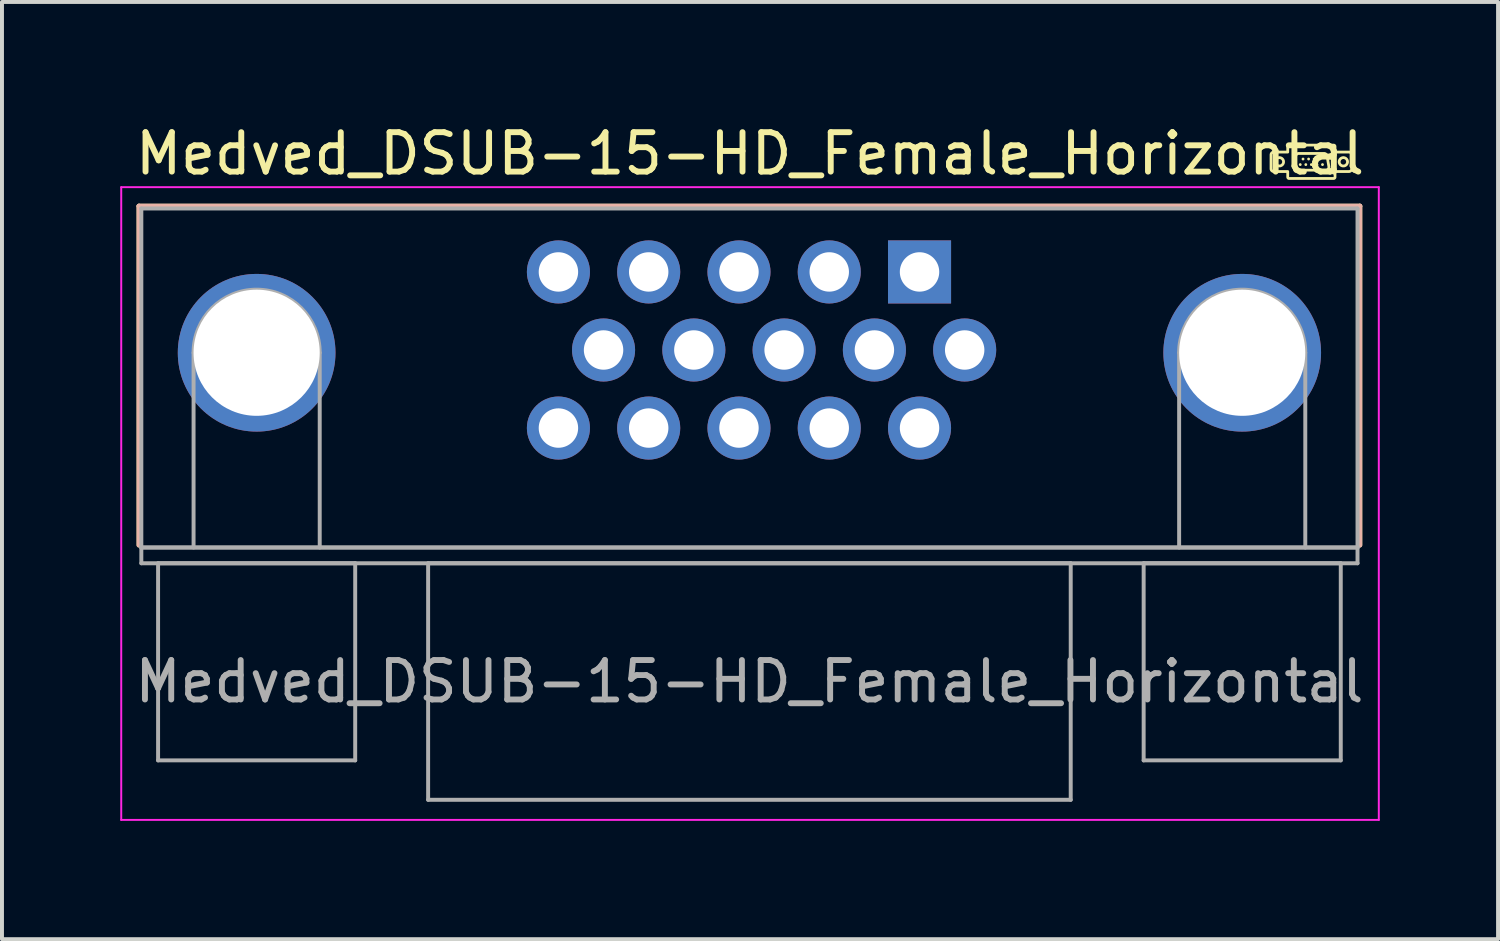
<source format=kicad_pcb>
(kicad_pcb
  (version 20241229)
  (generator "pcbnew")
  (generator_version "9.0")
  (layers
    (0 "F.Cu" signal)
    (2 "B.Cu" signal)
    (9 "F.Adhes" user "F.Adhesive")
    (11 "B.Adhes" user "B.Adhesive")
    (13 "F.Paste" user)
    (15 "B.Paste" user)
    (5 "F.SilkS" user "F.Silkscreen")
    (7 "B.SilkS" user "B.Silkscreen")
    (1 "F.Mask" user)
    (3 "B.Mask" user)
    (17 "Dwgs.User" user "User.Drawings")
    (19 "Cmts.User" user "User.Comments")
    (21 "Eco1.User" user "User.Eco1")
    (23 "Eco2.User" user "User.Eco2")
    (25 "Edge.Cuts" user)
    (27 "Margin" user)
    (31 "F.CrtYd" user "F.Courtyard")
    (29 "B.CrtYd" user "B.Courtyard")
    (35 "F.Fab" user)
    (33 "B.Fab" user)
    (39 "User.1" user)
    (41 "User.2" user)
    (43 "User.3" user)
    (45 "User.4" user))
  (footprint "Medved_DSUB-15-HD_Female_Horizontal"
    (layer "F.Cu")
    (at 20.275 3.848)
    (property "Reference" "Medved_DSUB-15-HD_Female_Horizontal" (at -4.3 -3 0) (layer "F.SilkS") (effects (font (size 1 1) (thickness 0.15))))
    (attr through_hole)
    (fp_line (start -19.8 -1.67) (end 11.17 -1.67) (stroke (width 0.12) (type solid)) (layer "F.SilkS"))
    (fp_line (start -19.8 6.93) (end -19.8 -1.67) (stroke (width 0.12) (type solid)) (layer "F.SilkS"))
    (fp_line (start 11.17 -1.67) (end 11.17 6.93) (stroke (width 0.12) (type solid)) (layer "F.SilkS"))
    (fp_poly (pts (xy 9.655 -2.688) (xy 9.654 -2.688) (xy 9.652 -2.688) (xy 9.65 -2.689) (xy 9.648 -2.689) (xy 9.647 -2.689) (xy 9.645 -2.69) (xy 9.643 -2.691) (xy 9.642 -2.691) (xy 9.64 -2.692) (xy 9.639 -2.693) (xy 9.637 -2.694) (xy 9.636 -2.695) (xy 9.635 -2.696) (xy 9.633 -2.697) (xy 9.632 -2.698) (xy 9.631 -2.699) (xy 9.63 -2.701) (xy 9.629 -2.702) (xy 9.628 -2.703) (xy 9.627 -2.705) (xy 9.626 -2.706) (xy 9.625 -2.708) (xy 9.625 -2.709) (xy 9.624 -2.711) (xy 9.623 -2.713) (xy 9.623 -2.714) (xy 9.623 -2.716) (xy 9.622 -2.718) (xy 9.622 -2.72) (xy 9.622 -2.721) (xy 9.622 -2.723) (xy 9.622 -2.725) (xy 9.622 -2.727) (xy 9.622 -2.729) (xy 9.623 -2.73) (xy 9.623 -2.732) (xy 9.623 -2.734) (xy 9.624 -2.735) (xy 9.625 -2.737) (xy 9.625 -2.738) (xy 9.626 -2.74) (xy 9.627 -2.741) (xy 9.628 -2.743) (xy 9.629 -2.744) (xy 9.63 -2.746) (xy 9.631 -2.747) (xy 9.632 -2.748) (xy 9.633 -2.749) (xy 9.635 -2.75) (xy 9.636 -2.751) (xy 9.637 -2.752) (xy 9.639 -2.753) (xy 9.64 -2.754) (xy 9.642 -2.755) (xy 9.643 -2.756) (xy 9.645 -2.756) (xy 9.647 -2.757) (xy 9.648 -2.757) (xy 9.65 -2.758) (xy 9.652 -2.758) (xy 9.654 -2.758) (xy 9.655 -2.758) (xy 9.657 -2.758) (xy 9.659 -2.758) (xy 9.661 -2.758) (xy 9.663 -2.758) (xy 9.664 -2.758) (xy 9.666 -2.757) (xy 9.668 -2.757) (xy 9.669 -2.756) (xy 9.671 -2.756) (xy 9.672 -2.755) (xy 9.674 -2.754) (xy 9.675 -2.753) (xy 9.677 -2.752) (xy 9.678 -2.751) (xy 9.68 -2.75) (xy 9.681 -2.749) (xy 9.682 -2.748) (xy 9.683 -2.747) (xy 9.684 -2.746) (xy 9.685 -2.744) (xy 9.686 -2.743) (xy 9.687 -2.741) (xy 9.688 -2.74) (xy 9.689 -2.738) (xy 9.69 -2.737) (xy 9.69 -2.735) (xy 9.691 -2.734) (xy 9.691 -2.732) (xy 9.692 -2.73) (xy 9.692 -2.729) (xy 9.692 -2.727) (xy 9.692 -2.725) (xy 9.692 -2.723) (xy 9.692 -2.721) (xy 9.692 -2.72) (xy 9.692 -2.718) (xy 9.692 -2.716) (xy 9.691 -2.714) (xy 9.691 -2.713) (xy 9.69 -2.711) (xy 9.69 -2.709) (xy 9.689 -2.708) (xy 9.688 -2.706) (xy 9.687 -2.705) (xy 9.686 -2.703) (xy 9.685 -2.702) (xy 9.684 -2.701) (xy 9.683 -2.699) (xy 9.682 -2.698) (xy 9.681 -2.697) (xy 9.68 -2.696) (xy 9.678 -2.695) (xy 9.677 -2.694) (xy 9.675 -2.693) (xy 9.674 -2.692) (xy 9.672 -2.691) (xy 9.671 -2.691) (xy 9.669 -2.69) (xy 9.668 -2.689) (xy 9.666 -2.689) (xy 9.664 -2.689) (xy 9.663 -2.688) (xy 9.661 -2.688) (xy 9.659 -2.688) (xy 9.657 -2.688)) (stroke (width -0.000001) (type solid)) (fill yes) (layer "F.SilkS"))
    (fp_poly (pts (xy 9.726 -2.829) (xy 9.724 -2.829) (xy 9.722 -2.829) (xy 9.721 -2.83) (xy 9.719 -2.83) (xy 9.717 -2.831) (xy 9.716 -2.831) (xy 9.714 -2.832) (xy 9.712 -2.832) (xy 9.711 -2.833) (xy 9.709 -2.834) (xy 9.708 -2.835) (xy 9.707 -2.836) (xy 9.705 -2.837) (xy 9.704 -2.838) (xy 9.703 -2.839) (xy 9.702 -2.841) (xy 9.7 -2.842) (xy 9.699 -2.843) (xy 9.698 -2.845) (xy 9.698 -2.846) (xy 9.697 -2.847) (xy 9.696 -2.849) (xy 9.695 -2.851) (xy 9.695 -2.852) (xy 9.694 -2.854) (xy 9.694 -2.855) (xy 9.693 -2.857) (xy 9.693 -2.859) (xy 9.693 -2.861) (xy 9.692 -2.862) (xy 9.692 -2.864) (xy 9.692 -2.866) (xy 9.693 -2.868) (xy 9.693 -2.87) (xy 9.693 -2.871) (xy 9.694 -2.873) (xy 9.694 -2.875) (xy 9.695 -2.876) (xy 9.695 -2.878) (xy 9.696 -2.88) (xy 9.697 -2.881) (xy 9.698 -2.883) (xy 9.698 -2.884) (xy 9.699 -2.885) (xy 9.7 -2.887) (xy 9.702 -2.888) (xy 9.703 -2.889) (xy 9.704 -2.89) (xy 9.705 -2.891) (xy 9.707 -2.893) (xy 9.708 -2.894) (xy 9.709 -2.894) (xy 9.711 -2.895) (xy 9.712 -2.896) (xy 9.714 -2.897) (xy 9.716 -2.897) (xy 9.717 -2.898) (xy 9.719 -2.898) (xy 9.721 -2.899) (xy 9.722 -2.899) (xy 9.724 -2.899) (xy 9.726 -2.899) (xy 9.728 -2.9) (xy 9.73 -2.899) (xy 9.731 -2.899) (xy 9.733 -2.899) (xy 9.735 -2.899) (xy 9.737 -2.898) (xy 9.738 -2.898) (xy 9.74 -2.897) (xy 9.741 -2.897) (xy 9.743 -2.896) (xy 9.745 -2.895) (xy 9.746 -2.894) (xy 9.747 -2.894) (xy 9.749 -2.893) (xy 9.75 -2.891) (xy 9.751 -2.89) (xy 9.753 -2.889) (xy 9.754 -2.888) (xy 9.755 -2.887) (xy 9.756 -2.885) (xy 9.757 -2.884) (xy 9.758 -2.883) (xy 9.759 -2.881) (xy 9.759 -2.88) (xy 9.76 -2.878) (xy 9.761 -2.876) (xy 9.761 -2.875) (xy 9.762 -2.873) (xy 9.762 -2.871) (xy 9.763 -2.87) (xy 9.763 -2.868) (xy 9.763 -2.866) (xy 9.763 -2.864) (xy 9.763 -2.862) (xy 9.763 -2.861) (xy 9.763 -2.859) (xy 9.762 -2.857) (xy 9.762 -2.855) (xy 9.761 -2.854) (xy 9.761 -2.852) (xy 9.76 -2.851) (xy 9.759 -2.849) (xy 9.759 -2.847) (xy 9.758 -2.846) (xy 9.757 -2.845) (xy 9.756 -2.843) (xy 9.755 -2.842) (xy 9.754 -2.841) (xy 9.753 -2.839) (xy 9.751 -2.838) (xy 9.75 -2.837) (xy 9.749 -2.836) (xy 9.747 -2.835) (xy 9.746 -2.834) (xy 9.745 -2.833) (xy 9.743 -2.832) (xy 9.741 -2.832) (xy 9.74 -2.831) (xy 9.738 -2.831) (xy 9.737 -2.83) (xy 9.735 -2.83) (xy 9.733 -2.829) (xy 9.731 -2.829) (xy 9.73 -2.829) (xy 9.728 -2.829)) (stroke (width -0.000001) (type solid)) (fill yes) (layer "F.SilkS"))
    (fp_poly (pts (xy 9.796 -2.688) (xy 9.795 -2.688) (xy 9.793 -2.688) (xy 9.791 -2.689) (xy 9.789 -2.689) (xy 9.788 -2.689) (xy 9.786 -2.69) (xy 9.785 -2.691) (xy 9.783 -2.691) (xy 9.781 -2.692) (xy 9.78 -2.693) (xy 9.779 -2.694) (xy 9.777 -2.695) (xy 9.776 -2.696) (xy 9.775 -2.697) (xy 9.773 -2.698) (xy 9.772 -2.699) (xy 9.771 -2.701) (xy 9.77 -2.702) (xy 9.769 -2.703) (xy 9.768 -2.705) (xy 9.767 -2.706) (xy 9.766 -2.708) (xy 9.766 -2.709) (xy 9.765 -2.711) (xy 9.765 -2.713) (xy 9.764 -2.714) (xy 9.764 -2.716) (xy 9.763 -2.718) (xy 9.763 -2.72) (xy 9.763 -2.721) (xy 9.763 -2.723) (xy 9.763 -2.725) (xy 9.763 -2.727) (xy 9.763 -2.729) (xy 9.764 -2.73) (xy 9.764 -2.732) (xy 9.765 -2.734) (xy 9.765 -2.735) (xy 9.766 -2.737) (xy 9.766 -2.738) (xy 9.767 -2.74) (xy 9.768 -2.741) (xy 9.769 -2.743) (xy 9.77 -2.744) (xy 9.771 -2.746) (xy 9.772 -2.747) (xy 9.773 -2.748) (xy 9.775 -2.749) (xy 9.776 -2.75) (xy 9.777 -2.751) (xy 9.779 -2.752) (xy 9.78 -2.753) (xy 9.781 -2.754) (xy 9.783 -2.755) (xy 9.785 -2.756) (xy 9.786 -2.756) (xy 9.788 -2.757) (xy 9.789 -2.757) (xy 9.791 -2.758) (xy 9.793 -2.758) (xy 9.795 -2.758) (xy 9.796 -2.758) (xy 9.798 -2.758) (xy 9.8 -2.758) (xy 9.802 -2.758) (xy 9.804 -2.758) (xy 9.805 -2.758) (xy 9.807 -2.757) (xy 9.809 -2.757) (xy 9.81 -2.756) (xy 9.812 -2.756) (xy 9.814 -2.755) (xy 9.815 -2.754) (xy 9.817 -2.753) (xy 9.818 -2.752) (xy 9.819 -2.751) (xy 9.821 -2.75) (xy 9.822 -2.749) (xy 9.823 -2.748) (xy 9.824 -2.747) (xy 9.825 -2.746) (xy 9.827 -2.744) (xy 9.828 -2.743) (xy 9.828 -2.741) (xy 9.829 -2.74) (xy 9.83 -2.738) (xy 9.831 -2.737) (xy 9.831 -2.735) (xy 9.832 -2.734) (xy 9.832 -2.732) (xy 9.833 -2.73) (xy 9.833 -2.729) (xy 9.833 -2.727) (xy 9.833 -2.725) (xy 9.834 -2.723) (xy 9.833 -2.721) (xy 9.833 -2.72) (xy 9.833 -2.718) (xy 9.833 -2.716) (xy 9.832 -2.714) (xy 9.832 -2.713) (xy 9.831 -2.711) (xy 9.831 -2.709) (xy 9.83 -2.708) (xy 9.829 -2.706) (xy 9.828 -2.705) (xy 9.828 -2.703) (xy 9.827 -2.702) (xy 9.825 -2.701) (xy 9.824 -2.699) (xy 9.823 -2.698) (xy 9.822 -2.697) (xy 9.821 -2.696) (xy 9.819 -2.695) (xy 9.818 -2.694) (xy 9.817 -2.693) (xy 9.815 -2.692) (xy 9.814 -2.691) (xy 9.812 -2.691) (xy 9.81 -2.69) (xy 9.809 -2.689) (xy 9.807 -2.689) (xy 9.805 -2.689) (xy 9.804 -2.688) (xy 9.802 -2.688) (xy 9.8 -2.688) (xy 9.798 -2.688)) (stroke (width -0.000001) (type solid)) (fill yes) (layer "F.SilkS"))
    (fp_poly (pts (xy 9.867 -2.829) (xy 9.865 -2.829) (xy 9.863 -2.829) (xy 9.862 -2.83) (xy 9.86 -2.83) (xy 9.858 -2.831) (xy 9.857 -2.831) (xy 9.855 -2.832) (xy 9.854 -2.832) (xy 9.852 -2.833) (xy 9.851 -2.834) (xy 9.849 -2.835) (xy 9.848 -2.836) (xy 9.846 -2.837) (xy 9.845 -2.838) (xy 9.844 -2.839) (xy 9.843 -2.841) (xy 9.842 -2.842) (xy 9.841 -2.843) (xy 9.84 -2.845) (xy 9.839 -2.846) (xy 9.838 -2.847) (xy 9.837 -2.849) (xy 9.836 -2.851) (xy 9.836 -2.852) (xy 9.835 -2.854) (xy 9.835 -2.855) (xy 9.834 -2.857) (xy 9.834 -2.859) (xy 9.834 -2.861) (xy 9.834 -2.862) (xy 9.834 -2.864) (xy 9.834 -2.866) (xy 9.834 -2.868) (xy 9.834 -2.87) (xy 9.834 -2.871) (xy 9.835 -2.873) (xy 9.835 -2.875) (xy 9.836 -2.876) (xy 9.836 -2.878) (xy 9.837 -2.88) (xy 9.838 -2.881) (xy 9.839 -2.883) (xy 9.84 -2.884) (xy 9.841 -2.885) (xy 9.842 -2.887) (xy 9.843 -2.888) (xy 9.844 -2.889) (xy 9.845 -2.89) (xy 9.846 -2.891) (xy 9.848 -2.893) (xy 9.849 -2.894) (xy 9.851 -2.894) (xy 9.852 -2.895) (xy 9.854 -2.896) (xy 9.855 -2.897) (xy 9.857 -2.897) (xy 9.858 -2.898) (xy 9.86 -2.898) (xy 9.862 -2.899) (xy 9.863 -2.899) (xy 9.865 -2.899) (xy 9.867 -2.899) (xy 9.869 -2.9) (xy 9.871 -2.899) (xy 9.872 -2.899) (xy 9.874 -2.899) (xy 9.876 -2.899) (xy 9.878 -2.898) (xy 9.879 -2.898) (xy 9.881 -2.897) (xy 9.883 -2.897) (xy 9.884 -2.896) (xy 9.886 -2.895) (xy 9.887 -2.894) (xy 9.889 -2.894) (xy 9.89 -2.893) (xy 9.891 -2.891) (xy 9.893 -2.89) (xy 9.894 -2.889) (xy 9.895 -2.888) (xy 9.896 -2.887) (xy 9.897 -2.885) (xy 9.898 -2.884) (xy 9.899 -2.883) (xy 9.9 -2.881) (xy 9.901 -2.88) (xy 9.901 -2.878) (xy 9.902 -2.876) (xy 9.902 -2.875) (xy 9.903 -2.873) (xy 9.903 -2.871) (xy 9.904 -2.87) (xy 9.904 -2.868) (xy 9.904 -2.866) (xy 9.904 -2.864) (xy 9.904 -2.862) (xy 9.904 -2.861) (xy 9.904 -2.859) (xy 9.903 -2.857) (xy 9.903 -2.855) (xy 9.902 -2.854) (xy 9.902 -2.852) (xy 9.901 -2.851) (xy 9.901 -2.849) (xy 9.9 -2.847) (xy 9.899 -2.846) (xy 9.898 -2.845) (xy 9.897 -2.843) (xy 9.896 -2.842) (xy 9.895 -2.841) (xy 9.894 -2.839) (xy 9.893 -2.838) (xy 9.891 -2.837) (xy 9.89 -2.836) (xy 9.889 -2.835) (xy 9.887 -2.834) (xy 9.886 -2.833) (xy 9.884 -2.832) (xy 9.883 -2.832) (xy 9.881 -2.831) (xy 9.879 -2.831) (xy 9.878 -2.83) (xy 9.876 -2.83) (xy 9.874 -2.829) (xy 9.872 -2.829) (xy 9.871 -2.829) (xy 9.869 -2.829)) (stroke (width -0.000001) (type solid)) (fill yes) (layer "F.SilkS"))
    (fp_poly (pts (xy 9.938 -2.688) (xy 9.936 -2.688) (xy 9.934 -2.688) (xy 9.932 -2.689) (xy 9.931 -2.689) (xy 9.929 -2.689) (xy 9.927 -2.69) (xy 9.926 -2.691) (xy 9.924 -2.691) (xy 9.923 -2.692) (xy 9.921 -2.693) (xy 9.92 -2.694) (xy 9.918 -2.695) (xy 9.917 -2.696) (xy 9.916 -2.697) (xy 9.914 -2.698) (xy 9.913 -2.699) (xy 9.912 -2.701) (xy 9.911 -2.702) (xy 9.91 -2.703) (xy 9.909 -2.705) (xy 9.908 -2.706) (xy 9.908 -2.708) (xy 9.907 -2.709) (xy 9.906 -2.711) (xy 9.906 -2.713) (xy 9.905 -2.714) (xy 9.905 -2.716) (xy 9.904 -2.718) (xy 9.904 -2.72) (xy 9.904 -2.721) (xy 9.904 -2.723) (xy 9.904 -2.725) (xy 9.904 -2.727) (xy 9.904 -2.729) (xy 9.905 -2.73) (xy 9.905 -2.732) (xy 9.906 -2.734) (xy 9.906 -2.735) (xy 9.907 -2.737) (xy 9.908 -2.738) (xy 9.908 -2.74) (xy 9.909 -2.741) (xy 9.91 -2.743) (xy 9.911 -2.744) (xy 9.912 -2.746) (xy 9.913 -2.747) (xy 9.914 -2.748) (xy 9.916 -2.749) (xy 9.917 -2.75) (xy 9.918 -2.751) (xy 9.92 -2.752) (xy 9.921 -2.753) (xy 9.923 -2.754) (xy 9.924 -2.755) (xy 9.926 -2.756) (xy 9.927 -2.756) (xy 9.929 -2.757) (xy 9.931 -2.757) (xy 9.932 -2.758) (xy 9.934 -2.758) (xy 9.936 -2.758) (xy 9.938 -2.758) (xy 9.939 -2.758) (xy 9.941 -2.758) (xy 9.943 -2.758) (xy 9.945 -2.758) (xy 9.946 -2.758) (xy 9.948 -2.757) (xy 9.95 -2.757) (xy 9.952 -2.756) (xy 9.953 -2.756) (xy 9.955 -2.755) (xy 9.956 -2.754) (xy 9.958 -2.753) (xy 9.959 -2.752) (xy 9.96 -2.751) (xy 9.962 -2.75) (xy 9.963 -2.749) (xy 9.964 -2.748) (xy 9.965 -2.747) (xy 9.967 -2.746) (xy 9.968 -2.744) (xy 9.969 -2.743) (xy 9.97 -2.741) (xy 9.97 -2.74) (xy 9.971 -2.738) (xy 9.972 -2.737) (xy 9.973 -2.735) (xy 9.973 -2.734) (xy 9.974 -2.732) (xy 9.974 -2.73) (xy 9.974 -2.729) (xy 9.974 -2.727) (xy 9.975 -2.725) (xy 9.975 -2.723) (xy 9.975 -2.721) (xy 9.974 -2.72) (xy 9.974 -2.718) (xy 9.974 -2.716) (xy 9.974 -2.714) (xy 9.973 -2.713) (xy 9.973 -2.711) (xy 9.972 -2.709) (xy 9.971 -2.708) (xy 9.97 -2.706) (xy 9.97 -2.705) (xy 9.969 -2.703) (xy 9.968 -2.702) (xy 9.967 -2.701) (xy 9.965 -2.699) (xy 9.964 -2.698) (xy 9.963 -2.697) (xy 9.962 -2.696) (xy 9.96 -2.695) (xy 9.959 -2.694) (xy 9.958 -2.693) (xy 9.956 -2.692) (xy 9.955 -2.691) (xy 9.953 -2.691) (xy 9.952 -2.69) (xy 9.95 -2.689) (xy 9.948 -2.689) (xy 9.946 -2.689) (xy 9.945 -2.688) (xy 9.943 -2.688) (xy 9.941 -2.688) (xy 9.939 -2.688)) (stroke (width -0.000001) (type solid)) (fill yes) (layer "F.SilkS"))
    (fp_poly (pts (xy 10.008 -2.829) (xy 10.006 -2.829) (xy 10.005 -2.829) (xy 10.003 -2.83) (xy 10.001 -2.83) (xy 9.999 -2.831) (xy 9.998 -2.831) (xy 9.996 -2.832) (xy 9.995 -2.832) (xy 9.993 -2.833) (xy 9.992 -2.834) (xy 9.99 -2.835) (xy 9.989 -2.836) (xy 9.987 -2.837) (xy 9.986 -2.838) (xy 9.985 -2.839) (xy 9.984 -2.841) (xy 9.983 -2.842) (xy 9.982 -2.843) (xy 9.981 -2.845) (xy 9.98 -2.846) (xy 9.979 -2.847) (xy 9.978 -2.849) (xy 9.977 -2.851) (xy 9.977 -2.852) (xy 9.976 -2.854) (xy 9.976 -2.855) (xy 9.975 -2.857) (xy 9.975 -2.859) (xy 9.975 -2.861) (xy 9.975 -2.862) (xy 9.975 -2.864) (xy 9.975 -2.866) (xy 9.975 -2.868) (xy 9.975 -2.87) (xy 9.975 -2.871) (xy 9.976 -2.873) (xy 9.976 -2.875) (xy 9.977 -2.876) (xy 9.977 -2.878) (xy 9.978 -2.88) (xy 9.979 -2.881) (xy 9.98 -2.883) (xy 9.981 -2.884) (xy 9.982 -2.885) (xy 9.983 -2.887) (xy 9.984 -2.888) (xy 9.985 -2.889) (xy 9.986 -2.89) (xy 9.987 -2.891) (xy 9.989 -2.893) (xy 9.99 -2.894) (xy 9.992 -2.894) (xy 9.993 -2.895) (xy 9.995 -2.896) (xy 9.996 -2.897) (xy 9.998 -2.897) (xy 9.999 -2.898) (xy 10.001 -2.898) (xy 10.003 -2.899) (xy 10.005 -2.899) (xy 10.006 -2.899) (xy 10.008 -2.899) (xy 10.01 -2.9) (xy 10.012 -2.899) (xy 10.014 -2.899) (xy 10.015 -2.899) (xy 10.017 -2.899) (xy 10.019 -2.898) (xy 10.02 -2.898) (xy 10.022 -2.897) (xy 10.024 -2.897) (xy 10.025 -2.896) (xy 10.027 -2.895) (xy 10.028 -2.894) (xy 10.03 -2.894) (xy 10.031 -2.893) (xy 10.032 -2.891) (xy 10.034 -2.89) (xy 10.035 -2.889) (xy 10.036 -2.888) (xy 10.037 -2.887) (xy 10.038 -2.885) (xy 10.039 -2.884) (xy 10.04 -2.883) (xy 10.041 -2.881) (xy 10.042 -2.88) (xy 10.042 -2.878) (xy 10.043 -2.876) (xy 10.044 -2.875) (xy 10.044 -2.873) (xy 10.044 -2.871) (xy 10.045 -2.87) (xy 10.045 -2.868) (xy 10.045 -2.866) (xy 10.045 -2.864) (xy 10.045 -2.862) (xy 10.045 -2.861) (xy 10.045 -2.859) (xy 10.044 -2.857) (xy 10.044 -2.855) (xy 10.044 -2.854) (xy 10.043 -2.852) (xy 10.042 -2.851) (xy 10.042 -2.849) (xy 10.041 -2.847) (xy 10.04 -2.846) (xy 10.039 -2.845) (xy 10.038 -2.843) (xy 10.037 -2.842) (xy 10.036 -2.841) (xy 10.035 -2.839) (xy 10.034 -2.838) (xy 10.032 -2.837) (xy 10.031 -2.836) (xy 10.03 -2.835) (xy 10.028 -2.834) (xy 10.027 -2.833) (xy 10.025 -2.832) (xy 10.024 -2.832) (xy 10.022 -2.831) (xy 10.02 -2.831) (xy 10.019 -2.83) (xy 10.017 -2.83) (xy 10.015 -2.829) (xy 10.014 -2.829) (xy 10.012 -2.829) (xy 10.01 -2.829)) (stroke (width -0.000001) (type solid)) (fill yes) (layer "F.SilkS"))
    (fp_poly (pts (xy 10.079 -2.688) (xy 10.077 -2.688) (xy 10.075 -2.688) (xy 10.073 -2.689) (xy 10.072 -2.689) (xy 10.07 -2.689) (xy 10.068 -2.69) (xy 10.067 -2.691) (xy 10.065 -2.691) (xy 10.064 -2.692) (xy 10.062 -2.693) (xy 10.061 -2.694) (xy 10.059 -2.695) (xy 10.058 -2.696) (xy 10.057 -2.697) (xy 10.056 -2.698) (xy 10.054 -2.699) (xy 10.053 -2.701) (xy 10.052 -2.702) (xy 10.051 -2.703) (xy 10.05 -2.705) (xy 10.049 -2.706) (xy 10.049 -2.708) (xy 10.048 -2.709) (xy 10.047 -2.711) (xy 10.047 -2.713) (xy 10.046 -2.714) (xy 10.046 -2.716) (xy 10.046 -2.718) (xy 10.045 -2.72) (xy 10.045 -2.721) (xy 10.045 -2.723) (xy 10.045 -2.725) (xy 10.045 -2.727) (xy 10.046 -2.729) (xy 10.046 -2.73) (xy 10.046 -2.732) (xy 10.047 -2.734) (xy 10.047 -2.735) (xy 10.048 -2.737) (xy 10.049 -2.738) (xy 10.049 -2.74) (xy 10.05 -2.741) (xy 10.051 -2.743) (xy 10.052 -2.744) (xy 10.053 -2.746) (xy 10.054 -2.747) (xy 10.056 -2.748) (xy 10.057 -2.749) (xy 10.058 -2.75) (xy 10.059 -2.751) (xy 10.061 -2.752) (xy 10.062 -2.753) (xy 10.064 -2.754) (xy 10.065 -2.755) (xy 10.067 -2.756) (xy 10.068 -2.756) (xy 10.07 -2.757) (xy 10.072 -2.757) (xy 10.073 -2.758) (xy 10.075 -2.758) (xy 10.077 -2.758) (xy 10.079 -2.758) (xy 10.08 -2.758) (xy 10.082 -2.758) (xy 10.084 -2.758) (xy 10.086 -2.758) (xy 10.088 -2.758) (xy 10.089 -2.757) (xy 10.091 -2.757) (xy 10.093 -2.756) (xy 10.094 -2.756) (xy 10.096 -2.755) (xy 10.097 -2.754) (xy 10.099 -2.753) (xy 10.1 -2.752) (xy 10.102 -2.751) (xy 10.103 -2.75) (xy 10.104 -2.749) (xy 10.105 -2.748) (xy 10.107 -2.747) (xy 10.108 -2.746) (xy 10.109 -2.744) (xy 10.11 -2.743) (xy 10.111 -2.741) (xy 10.111 -2.74) (xy 10.112 -2.738) (xy 10.113 -2.737) (xy 10.114 -2.735) (xy 10.114 -2.734) (xy 10.115 -2.732) (xy 10.115 -2.73) (xy 10.115 -2.729) (xy 10.116 -2.727) (xy 10.116 -2.725) (xy 10.116 -2.723) (xy 10.116 -2.721) (xy 10.116 -2.72) (xy 10.115 -2.718) (xy 10.115 -2.716) (xy 10.115 -2.714) (xy 10.114 -2.713) (xy 10.114 -2.711) (xy 10.113 -2.709) (xy 10.112 -2.708) (xy 10.111 -2.706) (xy 10.111 -2.705) (xy 10.11 -2.703) (xy 10.109 -2.702) (xy 10.108 -2.701) (xy 10.107 -2.699) (xy 10.105 -2.698) (xy 10.104 -2.697) (xy 10.103 -2.696) (xy 10.102 -2.695) (xy 10.1 -2.694) (xy 10.099 -2.693) (xy 10.097 -2.692) (xy 10.096 -2.691) (xy 10.094 -2.691) (xy 10.093 -2.69) (xy 10.091 -2.689) (xy 10.089 -2.689) (xy 10.088 -2.689) (xy 10.086 -2.688) (xy 10.084 -2.688) (xy 10.082 -2.688) (xy 10.08 -2.688)) (stroke (width -0.000001) (type solid)) (fill yes) (layer "F.SilkS"))
    (fp_poly (pts (xy 10.149 -2.829) (xy 10.147 -2.829) (xy 10.146 -2.829) (xy 10.144 -2.83) (xy 10.142 -2.83) (xy 10.141 -2.831) (xy 10.139 -2.831) (xy 10.137 -2.832) (xy 10.136 -2.832) (xy 10.134 -2.833) (xy 10.133 -2.834) (xy 10.131 -2.835) (xy 10.13 -2.836) (xy 10.129 -2.837) (xy 10.127 -2.838) (xy 10.126 -2.839) (xy 10.125 -2.841) (xy 10.124 -2.842) (xy 10.123 -2.843) (xy 10.122 -2.845) (xy 10.121 -2.846) (xy 10.12 -2.847) (xy 10.119 -2.849) (xy 10.119 -2.851) (xy 10.118 -2.852) (xy 10.117 -2.854) (xy 10.117 -2.855) (xy 10.116 -2.857) (xy 10.116 -2.859) (xy 10.116 -2.861) (xy 10.116 -2.862) (xy 10.116 -2.864) (xy 10.116 -2.866) (xy 10.116 -2.868) (xy 10.116 -2.87) (xy 10.116 -2.871) (xy 10.117 -2.873) (xy 10.117 -2.875) (xy 10.118 -2.876) (xy 10.119 -2.878) (xy 10.119 -2.88) (xy 10.12 -2.881) (xy 10.121 -2.883) (xy 10.122 -2.884) (xy 10.123 -2.885) (xy 10.124 -2.887) (xy 10.125 -2.888) (xy 10.126 -2.889) (xy 10.127 -2.89) (xy 10.129 -2.891) (xy 10.13 -2.893) (xy 10.131 -2.894) (xy 10.133 -2.894) (xy 10.134 -2.895) (xy 10.136 -2.896) (xy 10.137 -2.897) (xy 10.139 -2.897) (xy 10.141 -2.898) (xy 10.142 -2.898) (xy 10.144 -2.899) (xy 10.146 -2.899) (xy 10.147 -2.899) (xy 10.149 -2.899) (xy 10.151 -2.9) (xy 10.153 -2.899) (xy 10.155 -2.899) (xy 10.156 -2.899) (xy 10.158 -2.899) (xy 10.16 -2.898) (xy 10.162 -2.898) (xy 10.163 -2.897) (xy 10.165 -2.897) (xy 10.166 -2.896) (xy 10.168 -2.895) (xy 10.169 -2.894) (xy 10.171 -2.894) (xy 10.172 -2.893) (xy 10.173 -2.891) (xy 10.175 -2.89) (xy 10.176 -2.889) (xy 10.177 -2.888) (xy 10.178 -2.887) (xy 10.179 -2.885) (xy 10.18 -2.884) (xy 10.181 -2.883) (xy 10.182 -2.881) (xy 10.183 -2.88) (xy 10.184 -2.878) (xy 10.184 -2.876) (xy 10.185 -2.875) (xy 10.185 -2.873) (xy 10.186 -2.871) (xy 10.186 -2.87) (xy 10.186 -2.868) (xy 10.186 -2.866) (xy 10.186 -2.864) (xy 10.186 -2.862) (xy 10.186 -2.861) (xy 10.186 -2.859) (xy 10.186 -2.857) (xy 10.185 -2.855) (xy 10.185 -2.854) (xy 10.184 -2.852) (xy 10.184 -2.851) (xy 10.183 -2.849) (xy 10.182 -2.847) (xy 10.181 -2.846) (xy 10.18 -2.845) (xy 10.179 -2.843) (xy 10.178 -2.842) (xy 10.177 -2.841) (xy 10.176 -2.839) (xy 10.175 -2.838) (xy 10.173 -2.837) (xy 10.172 -2.836) (xy 10.171 -2.835) (xy 10.169 -2.834) (xy 10.168 -2.833) (xy 10.166 -2.832) (xy 10.165 -2.832) (xy 10.163 -2.831) (xy 10.162 -2.831) (xy 10.16 -2.83) (xy 10.158 -2.83) (xy 10.156 -2.829) (xy 10.155 -2.829) (xy 10.153 -2.829) (xy 10.151 -2.829)) (stroke (width -0.000001) (type solid)) (fill yes) (layer "F.SilkS"))
    (fp_poly (pts (xy 10.22 -2.688) (xy 10.218 -2.688) (xy 10.216 -2.688) (xy 10.214 -2.689) (xy 10.213 -2.689) (xy 10.211 -2.689) (xy 10.209 -2.69) (xy 10.208 -2.691) (xy 10.206 -2.691) (xy 10.205 -2.692) (xy 10.203 -2.693) (xy 10.202 -2.694) (xy 10.2 -2.695) (xy 10.199 -2.696) (xy 10.198 -2.697) (xy 10.197 -2.698) (xy 10.195 -2.699) (xy 10.194 -2.701) (xy 10.193 -2.702) (xy 10.192 -2.703) (xy 10.191 -2.705) (xy 10.191 -2.706) (xy 10.19 -2.708) (xy 10.189 -2.709) (xy 10.188 -2.711) (xy 10.188 -2.713) (xy 10.187 -2.714) (xy 10.187 -2.716) (xy 10.187 -2.718) (xy 10.186 -2.72) (xy 10.186 -2.721) (xy 10.186 -2.723) (xy 10.186 -2.725) (xy 10.186 -2.727) (xy 10.187 -2.729) (xy 10.187 -2.73) (xy 10.187 -2.732) (xy 10.188 -2.734) (xy 10.188 -2.735) (xy 10.189 -2.737) (xy 10.19 -2.738) (xy 10.191 -2.74) (xy 10.191 -2.741) (xy 10.192 -2.743) (xy 10.193 -2.744) (xy 10.194 -2.746) (xy 10.195 -2.747) (xy 10.197 -2.748) (xy 10.198 -2.749) (xy 10.199 -2.75) (xy 10.2 -2.751) (xy 10.202 -2.752) (xy 10.203 -2.753) (xy 10.205 -2.754) (xy 10.206 -2.755) (xy 10.208 -2.756) (xy 10.209 -2.756) (xy 10.211 -2.757) (xy 10.213 -2.757) (xy 10.214 -2.758) (xy 10.216 -2.758) (xy 10.218 -2.758) (xy 10.22 -2.758) (xy 10.222 -2.758) (xy 10.223 -2.758) (xy 10.225 -2.758) (xy 10.227 -2.758) (xy 10.229 -2.758) (xy 10.23 -2.757) (xy 10.232 -2.757) (xy 10.234 -2.756) (xy 10.235 -2.756) (xy 10.237 -2.755) (xy 10.238 -2.754) (xy 10.24 -2.753) (xy 10.241 -2.752) (xy 10.243 -2.751) (xy 10.244 -2.75) (xy 10.245 -2.749) (xy 10.247 -2.748) (xy 10.248 -2.747) (xy 10.249 -2.746) (xy 10.25 -2.744) (xy 10.251 -2.743) (xy 10.252 -2.741) (xy 10.253 -2.74) (xy 10.253 -2.738) (xy 10.254 -2.737) (xy 10.255 -2.735) (xy 10.255 -2.734) (xy 10.256 -2.732) (xy 10.256 -2.73) (xy 10.256 -2.729) (xy 10.257 -2.727) (xy 10.257 -2.725) (xy 10.257 -2.723) (xy 10.257 -2.721) (xy 10.257 -2.72) (xy 10.256 -2.718) (xy 10.256 -2.716) (xy 10.256 -2.714) (xy 10.255 -2.713) (xy 10.255 -2.711) (xy 10.254 -2.709) (xy 10.253 -2.708) (xy 10.253 -2.706) (xy 10.252 -2.705) (xy 10.251 -2.703) (xy 10.25 -2.702) (xy 10.249 -2.701) (xy 10.248 -2.699) (xy 10.247 -2.698) (xy 10.245 -2.697) (xy 10.244 -2.696) (xy 10.243 -2.695) (xy 10.241 -2.694) (xy 10.24 -2.693) (xy 10.238 -2.692) (xy 10.237 -2.691) (xy 10.235 -2.691) (xy 10.234 -2.69) (xy 10.232 -2.689) (xy 10.23 -2.689) (xy 10.229 -2.689) (xy 10.227 -2.688) (xy 10.225 -2.688) (xy 10.223 -2.688) (xy 10.222 -2.688)) (stroke (width -0.000001) (type solid)) (fill yes) (layer "F.SilkS"))
    (fp_poly (pts (xy 9.121 -2.653) (xy 9.114 -2.653) (xy 9.106 -2.654) (xy 9.1 -2.655) (xy 9.093 -2.657) (xy 9.086 -2.659) (xy 9.079 -2.661) (xy 9.073 -2.664) (xy 9.067 -2.666) (xy 9.061 -2.67) (xy 9.055 -2.673) (xy 9.049 -2.677) (xy 9.044 -2.681) (xy 9.038 -2.685) (xy 9.033 -2.689) (xy 9.028 -2.694) (xy 9.024 -2.699) (xy 9.019 -2.704) (xy 9.015 -2.709) (xy 9.011 -2.715) (xy 9.007 -2.721) (xy 9.004 -2.726) (xy 9.001 -2.733) (xy 8.998 -2.739) (xy 8.995 -2.745) (xy 8.993 -2.752) (xy 8.991 -2.758) (xy 8.99 -2.765) (xy 8.988 -2.772) (xy 8.988 -2.779) (xy 8.987 -2.786) (xy 8.987 -2.794) (xy 8.987 -2.801) (xy 8.988 -2.808) (xy 8.988 -2.815) (xy 8.99 -2.822) (xy 8.991 -2.829) (xy 8.993 -2.836) (xy 8.995 -2.842) (xy 8.998 -2.849) (xy 9.001 -2.855) (xy 9.004 -2.861) (xy 9.007 -2.867) (xy 9.011 -2.873) (xy 9.015 -2.878) (xy 9.019 -2.883) (xy 9.024 -2.889) (xy 9.028 -2.893) (xy 9.033 -2.898) (xy 9.038 -2.903) (xy 9.044 -2.907) (xy 9.049 -2.911) (xy 9.055 -2.914) (xy 9.061 -2.918) (xy 9.067 -2.921) (xy 9.073 -2.924) (xy 9.079 -2.926) (xy 9.086 -2.928) (xy 9.093 -2.93) (xy 9.1 -2.932) (xy 9.106 -2.933) (xy 9.114 -2.934) (xy 9.121 -2.935) (xy 9.128 -2.935) (xy 9.135 -2.935) (xy 9.142 -2.934) (xy 9.149 -2.933) (xy 9.156 -2.932) (xy 9.163 -2.93) (xy 9.17 -2.928) (xy 9.176 -2.926) (xy 9.183 -2.924) (xy 9.189 -2.921) (xy 9.195 -2.918) (xy 9.201 -2.914) (xy 9.207 -2.911) (xy 9.212 -2.907) (xy 9.218 -2.903) (xy 9.223 -2.898) (xy 9.228 -2.893) (xy 9.232 -2.889) (xy 9.237 -2.883) (xy 9.241 -2.878) (xy 9.245 -2.873) (xy 9.249 -2.867) (xy 9.252 -2.861) (xy 9.255 -2.855) (xy 9.258 -2.849) (xy 9.261 -2.842) (xy 9.263 -2.836) (xy 9.265 -2.829) (xy 9.266 -2.822) (xy 9.267 -2.815) (xy 9.268 -2.808) (xy 9.269 -2.801) (xy 9.269 -2.794) (xy 9.199 -2.794) (xy 9.198 -2.797) (xy 9.198 -2.801) (xy 9.198 -2.804) (xy 9.197 -2.808) (xy 9.196 -2.811) (xy 9.195 -2.815) (xy 9.194 -2.818) (xy 9.193 -2.821) (xy 9.192 -2.824) (xy 9.19 -2.827) (xy 9.188 -2.83) (xy 9.186 -2.833) (xy 9.185 -2.836) (xy 9.182 -2.839) (xy 9.18 -2.841) (xy 9.178 -2.844) (xy 9.175 -2.846) (xy 9.173 -2.848) (xy 9.17 -2.85) (xy 9.167 -2.852) (xy 9.165 -2.854) (xy 9.162 -2.856) (xy 9.159 -2.857) (xy 9.155 -2.859) (xy 9.152 -2.86) (xy 9.149 -2.861) (xy 9.146 -2.862) (xy 9.142 -2.863) (xy 9.139 -2.863) (xy 9.135 -2.864) (xy 9.132 -2.864) (xy 9.128 -2.864) (xy 9.124 -2.864) (xy 9.121 -2.864) (xy 9.117 -2.863) (xy 9.114 -2.863) (xy 9.11 -2.862) (xy 9.107 -2.861) (xy 9.104 -2.86) (xy 9.101 -2.859) (xy 9.097 -2.857) (xy 9.094 -2.856) (xy 9.091 -2.854) (xy 9.089 -2.852) (xy 9.086 -2.85) (xy 9.083 -2.848) (xy 9.081 -2.846) (xy 9.078 -2.844) (xy 9.076 -2.841) (xy 9.074 -2.839) (xy 9.071 -2.836) (xy 9.069 -2.833) (xy 9.068 -2.83) (xy 9.066 -2.827) (xy 9.064 -2.824) (xy 9.063 -2.821) (xy 9.062 -2.818) (xy 9.061 -2.815) (xy 9.06 -2.811) (xy 9.059 -2.808) (xy 9.058 -2.804) (xy 9.058 -2.801) (xy 9.058 -2.797) (xy 9.057 -2.794) (xy 9.058 -2.79) (xy 9.058 -2.786) (xy 9.058 -2.783) (xy 9.059 -2.779) (xy 9.06 -2.776) (xy 9.061 -2.773) (xy 9.062 -2.769) (xy 9.063 -2.766) (xy 9.064 -2.763) (xy 9.066 -2.76) (xy 9.068 -2.757) (xy 9.069 -2.754) (xy 9.071 -2.751) (xy 9.074 -2.749) (xy 9.076 -2.746) (xy 9.078 -2.744) (xy 9.081 -2.741) (xy 9.083 -2.739) (xy 9.086 -2.737) (xy 9.089 -2.735) (xy 9.091 -2.733) (xy 9.094 -2.732) (xy 9.097 -2.73) (xy 9.101 -2.729) (xy 9.104 -2.727) (xy 9.107 -2.726) (xy 9.11 -2.725) (xy 9.114 -2.725) (xy 9.117 -2.724) (xy 9.121 -2.724) (xy 9.124 -2.723) (xy 9.128 -2.723) (xy 9.132 -2.723) (xy 9.135 -2.724) (xy 9.139 -2.724) (xy 9.142 -2.725) (xy 9.146 -2.725) (xy 9.149 -2.726) (xy 9.152 -2.727) (xy 9.155 -2.729) (xy 9.159 -2.73) (xy 9.162 -2.732) (xy 9.165 -2.733) (xy 9.167 -2.735) (xy 9.17 -2.737) (xy 9.173 -2.739) (xy 9.175 -2.741) (xy 9.178 -2.744) (xy 9.18 -2.746) (xy 9.182 -2.749) (xy 9.185 -2.751) (xy 9.186 -2.754) (xy 9.188 -2.757) (xy 9.19 -2.76) (xy 9.192 -2.763) (xy 9.193 -2.766) (xy 9.194 -2.769) (xy 9.195 -2.773) (xy 9.196 -2.776) (xy 9.197 -2.779) (xy 9.198 -2.783) (xy 9.198 -2.786) (xy 9.198 -2.79) (xy 9.199 -2.794) (xy 9.269 -2.794) (xy 9.269 -2.786) (xy 9.268 -2.779) (xy 9.267 -2.772) (xy 9.266 -2.765) (xy 9.265 -2.758) (xy 9.263 -2.752) (xy 9.261 -2.745) (xy 9.258 -2.739) (xy 9.255 -2.733) (xy 9.252 -2.726) (xy 9.249 -2.721) (xy 9.245 -2.715) (xy 9.241 -2.709) (xy 9.237 -2.704) (xy 9.232 -2.699) (xy 9.228 -2.694) (xy 9.223 -2.689) (xy 9.218 -2.685) (xy 9.212 -2.681) (xy 9.207 -2.677) (xy 9.201 -2.673) (xy 9.195 -2.67) (xy 9.189 -2.667) (xy 9.183 -2.664) (xy 9.176 -2.661) (xy 9.17 -2.659) (xy 9.163 -2.657) (xy 9.156 -2.655) (xy 9.149 -2.654) (xy 9.142 -2.653) (xy 9.135 -2.653) (xy 9.128 -2.653)) (stroke (width -0.000001) (type solid)) (fill yes) (layer "F.SilkS"))
    (fp_poly (pts (xy 10.743 -2.653) (xy 10.736 -2.653) (xy 10.729 -2.654) (xy 10.722 -2.655) (xy 10.715 -2.657) (xy 10.709 -2.659) (xy 10.702 -2.661) (xy 10.696 -2.664) (xy 10.69 -2.666) (xy 10.683 -2.67) (xy 10.678 -2.673) (xy 10.672 -2.677) (xy 10.666 -2.681) (xy 10.661 -2.685) (xy 10.656 -2.689) (xy 10.651 -2.694) (xy 10.646 -2.699) (xy 10.642 -2.704) (xy 10.638 -2.709) (xy 10.634 -2.715) (xy 10.63 -2.721) (xy 10.627 -2.726) (xy 10.624 -2.733) (xy 10.621 -2.739) (xy 10.618 -2.745) (xy 10.616 -2.752) (xy 10.614 -2.758) (xy 10.613 -2.765) (xy 10.611 -2.772) (xy 10.61 -2.779) (xy 10.61 -2.786) (xy 10.61 -2.794) (xy 10.61 -2.801) (xy 10.61 -2.808) (xy 10.611 -2.815) (xy 10.613 -2.822) (xy 10.614 -2.829) (xy 10.616 -2.836) (xy 10.618 -2.842) (xy 10.621 -2.849) (xy 10.624 -2.855) (xy 10.627 -2.861) (xy 10.63 -2.867) (xy 10.634 -2.873) (xy 10.638 -2.878) (xy 10.642 -2.883) (xy 10.646 -2.889) (xy 10.651 -2.893) (xy 10.656 -2.898) (xy 10.661 -2.903) (xy 10.666 -2.907) (xy 10.672 -2.911) (xy 10.678 -2.914) (xy 10.683 -2.918) (xy 10.69 -2.921) (xy 10.696 -2.924) (xy 10.702 -2.926) (xy 10.709 -2.928) (xy 10.715 -2.93) (xy 10.722 -2.932) (xy 10.729 -2.933) (xy 10.736 -2.934) (xy 10.743 -2.935) (xy 10.751 -2.935) (xy 10.758 -2.935) (xy 10.765 -2.934) (xy 10.772 -2.933) (xy 10.779 -2.932) (xy 10.786 -2.93) (xy 10.793 -2.928) (xy 10.799 -2.926) (xy 10.806 -2.924) (xy 10.812 -2.921) (xy 10.818 -2.918) (xy 10.824 -2.914) (xy 10.83 -2.911) (xy 10.835 -2.907) (xy 10.841 -2.903) (xy 10.846 -2.898) (xy 10.851 -2.893) (xy 10.855 -2.889) (xy 10.86 -2.883) (xy 10.864 -2.878) (xy 10.868 -2.873) (xy 10.871 -2.867) (xy 10.875 -2.861) (xy 10.878 -2.855) (xy 10.881 -2.849) (xy 10.883 -2.842) (xy 10.886 -2.836) (xy 10.887 -2.829) (xy 10.889 -2.822) (xy 10.89 -2.815) (xy 10.891 -2.808) (xy 10.892 -2.801) (xy 10.892 -2.794) (xy 10.821 -2.794) (xy 10.821 -2.797) (xy 10.821 -2.801) (xy 10.82 -2.804) (xy 10.82 -2.808) (xy 10.819 -2.811) (xy 10.818 -2.815) (xy 10.817 -2.818) (xy 10.816 -2.821) (xy 10.814 -2.824) (xy 10.813 -2.827) (xy 10.811 -2.83) (xy 10.809 -2.833) (xy 10.807 -2.836) (xy 10.805 -2.839) (xy 10.803 -2.841) (xy 10.801 -2.844) (xy 10.798 -2.846) (xy 10.796 -2.848) (xy 10.793 -2.85) (xy 10.79 -2.852) (xy 10.787 -2.854) (xy 10.784 -2.856) (xy 10.781 -2.857) (xy 10.778 -2.859) (xy 10.775 -2.86) (xy 10.772 -2.861) (xy 10.768 -2.862) (xy 10.765 -2.863) (xy 10.761 -2.863) (xy 10.758 -2.864) (xy 10.754 -2.864) (xy 10.751 -2.864) (xy 10.747 -2.864) (xy 10.744 -2.864) (xy 10.74 -2.863) (xy 10.737 -2.863) (xy 10.733 -2.862) (xy 10.73 -2.861) (xy 10.726 -2.86) (xy 10.723 -2.859) (xy 10.72 -2.857) (xy 10.717 -2.856) (xy 10.714 -2.854) (xy 10.711 -2.852) (xy 10.709 -2.85) (xy 10.706 -2.848) (xy 10.703 -2.846) (xy 10.701 -2.844) (xy 10.699 -2.841) (xy 10.696 -2.839) (xy 10.694 -2.836) (xy 10.692 -2.833) (xy 10.69 -2.83) (xy 10.689 -2.827) (xy 10.687 -2.824) (xy 10.686 -2.821) (xy 10.684 -2.818) (xy 10.683 -2.815) (xy 10.682 -2.811) (xy 10.682 -2.808) (xy 10.681 -2.804) (xy 10.681 -2.801) (xy 10.68 -2.797) (xy 10.68 -2.794) (xy 10.68 -2.79) (xy 10.681 -2.786) (xy 10.681 -2.783) (xy 10.682 -2.779) (xy 10.682 -2.776) (xy 10.683 -2.773) (xy 10.684 -2.769) (xy 10.686 -2.766) (xy 10.687 -2.763) (xy 10.689 -2.76) (xy 10.69 -2.757) (xy 10.692 -2.754) (xy 10.694 -2.751) (xy 10.696 -2.749) (xy 10.699 -2.746) (xy 10.701 -2.744) (xy 10.703 -2.741) (xy 10.706 -2.739) (xy 10.709 -2.737) (xy 10.711 -2.735) (xy 10.714 -2.733) (xy 10.717 -2.732) (xy 10.72 -2.73) (xy 10.723 -2.729) (xy 10.726 -2.727) (xy 10.73 -2.726) (xy 10.733 -2.725) (xy 10.737 -2.725) (xy 10.74 -2.724) (xy 10.744 -2.724) (xy 10.747 -2.723) (xy 10.751 -2.723) (xy 10.754 -2.723) (xy 10.758 -2.724) (xy 10.761 -2.724) (xy 10.765 -2.725) (xy 10.768 -2.725) (xy 10.772 -2.726) (xy 10.775 -2.727) (xy 10.778 -2.729) (xy 10.781 -2.73) (xy 10.784 -2.732) (xy 10.787 -2.733) (xy 10.79 -2.735) (xy 10.793 -2.737) (xy 10.796 -2.739) (xy 10.798 -2.741) (xy 10.801 -2.744) (xy 10.803 -2.746) (xy 10.805 -2.749) (xy 10.807 -2.751) (xy 10.809 -2.754) (xy 10.811 -2.757) (xy 10.813 -2.76) (xy 10.814 -2.763) (xy 10.816 -2.766) (xy 10.817 -2.769) (xy 10.818 -2.773) (xy 10.819 -2.776) (xy 10.82 -2.779) (xy 10.82 -2.783) (xy 10.821 -2.786) (xy 10.821 -2.79) (xy 10.821 -2.794) (xy 10.892 -2.794) (xy 10.892 -2.786) (xy 10.891 -2.779) (xy 10.89 -2.772) (xy 10.889 -2.765) (xy 10.887 -2.758) (xy 10.886 -2.752) (xy 10.883 -2.745) (xy 10.881 -2.739) (xy 10.878 -2.733) (xy 10.875 -2.726) (xy 10.871 -2.721) (xy 10.868 -2.715) (xy 10.864 -2.709) (xy 10.86 -2.704) (xy 10.855 -2.699) (xy 10.851 -2.694) (xy 10.846 -2.689) (xy 10.841 -2.685) (xy 10.835 -2.681) (xy 10.83 -2.677) (xy 10.824 -2.673) (xy 10.818 -2.67) (xy 10.812 -2.666) (xy 10.806 -2.664) (xy 10.799 -2.661) (xy 10.793 -2.659) (xy 10.786 -2.657) (xy 10.779 -2.655) (xy 10.772 -2.654) (xy 10.765 -2.653) (xy 10.758 -2.653) (xy 10.751 -2.653)) (stroke (width -0.000001) (type solid)) (fill yes) (layer "F.SilkS"))
    (fp_poly (pts (xy 9.566 -2.547) (xy 9.56 -2.547) (xy 9.553 -2.548) (xy 9.547 -2.55) (xy 9.541 -2.551) (xy 9.535 -2.553) (xy 9.53 -2.555) (xy 9.524 -2.558) (xy 9.519 -2.56) (xy 9.513 -2.563) (xy 9.508 -2.567) (xy 9.504 -2.57) (xy 9.499 -2.574) (xy 9.495 -2.578) (xy 9.49 -2.582) (xy 9.486 -2.587) (xy 9.483 -2.591) (xy 9.479 -2.596) (xy 9.476 -2.601) (xy 9.473 -2.607) (xy 9.47 -2.612) (xy 9.468 -2.617) (xy 9.466 -2.623) (xy 9.464 -2.629) (xy 9.462 -2.635) (xy 9.461 -2.641) (xy 9.46 -2.647) (xy 9.46 -2.653) (xy 9.46 -2.659) (xy 9.46 -2.666) (xy 9.46 -2.672) (xy 9.461 -2.678) (xy 9.506 -2.946) (xy 9.507 -2.951) (xy 9.508 -2.956) (xy 9.509 -2.961) (xy 9.511 -2.966) (xy 9.513 -2.971) (xy 9.515 -2.975) (xy 9.517 -2.98) (xy 9.519 -2.984) (xy 9.522 -2.988) (xy 9.524 -2.992) (xy 9.527 -2.996) (xy 9.53 -3) (xy 9.534 -3.004) (xy 9.537 -3.007) (xy 9.54 -3.011) (xy 9.544 -3.014) (xy 9.548 -3.017) (xy 9.552 -3.02) (xy 9.556 -3.023) (xy 9.56 -3.025) (xy 9.564 -3.028) (xy 9.569 -3.03) (xy 9.573 -3.032) (xy 9.578 -3.034) (xy 9.582 -3.035) (xy 9.587 -3.037) (xy 9.592 -3.038) (xy 9.597 -3.039) (xy 9.602 -3.04) (xy 9.607 -3.04) (xy 9.612 -3.041) (xy 9.617 -3.041) (xy 10.261 -3.041) (xy 10.267 -3.041) (xy 10.272 -3.04) (xy 10.277 -3.04) (xy 10.282 -3.039) (xy 10.287 -3.038) (xy 10.292 -3.037) (xy 10.296 -3.035) (xy 10.301 -3.034) (xy 10.306 -3.032) (xy 10.31 -3.03) (xy 10.314 -3.027) (xy 10.319 -3.025) (xy 10.323 -3.023) (xy 10.327 -3.02) (xy 10.331 -3.017) (xy 10.335 -3.014) (xy 10.338 -3.011) (xy 10.342 -3.007) (xy 10.345 -3.004) (xy 10.348 -3) (xy 10.351 -2.996) (xy 10.354 -2.992) (xy 10.357 -2.988) (xy 10.36 -2.984) (xy 10.362 -2.98) (xy 10.364 -2.975) (xy 10.366 -2.97) (xy 10.368 -2.966) (xy 10.37 -2.961) (xy 10.371 -2.956) (xy 10.372 -2.951) (xy 10.373 -2.946) (xy 10.418 -2.679) (xy 10.419 -2.672) (xy 10.419 -2.666) (xy 10.419 -2.66) (xy 10.349 -2.66) (xy 10.349 -2.662) (xy 10.348 -2.664) (xy 10.348 -2.667) (xy 10.303 -2.934) (xy 10.303 -2.936) (xy 10.303 -2.938) (xy 10.302 -2.94) (xy 10.302 -2.942) (xy 10.301 -2.944) (xy 10.3 -2.945) (xy 10.299 -2.947) (xy 10.298 -2.949) (xy 10.297 -2.95) (xy 10.296 -2.952) (xy 10.295 -2.953) (xy 10.294 -2.955) (xy 10.293 -2.956) (xy 10.292 -2.958) (xy 10.29 -2.959) (xy 10.289 -2.96) (xy 10.288 -2.961) (xy 10.286 -2.962) (xy 10.285 -2.963) (xy 10.283 -2.964) (xy 10.281 -2.965) (xy 10.28 -2.966) (xy 10.278 -2.967) (xy 10.276 -2.967) (xy 10.275 -2.968) (xy 10.273 -2.969) (xy 10.271 -2.969) (xy 10.269 -2.969) (xy 10.267 -2.97) (xy 10.265 -2.97) (xy 10.263 -2.97) (xy 10.261 -2.97) (xy 9.617 -2.97) (xy 9.615 -2.97) (xy 9.613 -2.97) (xy 9.612 -2.97) (xy 9.61 -2.969) (xy 9.608 -2.969) (xy 9.606 -2.969) (xy 9.604 -2.968) (xy 9.602 -2.967) (xy 9.601 -2.967) (xy 9.599 -2.966) (xy 9.597 -2.965) (xy 9.596 -2.964) (xy 9.594 -2.963) (xy 9.593 -2.962) (xy 9.591 -2.961) (xy 9.59 -2.96) (xy 9.588 -2.959) (xy 9.587 -2.957) (xy 9.586 -2.956) (xy 9.585 -2.955) (xy 9.583 -2.953) (xy 9.582 -2.952) (xy 9.581 -2.95) (xy 9.58 -2.949) (xy 9.579 -2.947) (xy 9.579 -2.945) (xy 9.578 -2.944) (xy 9.577 -2.942) (xy 9.577 -2.94) (xy 9.576 -2.938) (xy 9.576 -2.936) (xy 9.575 -2.934) (xy 9.531 -2.667) (xy 9.53 -2.664) (xy 9.53 -2.662) (xy 9.53 -2.66) (xy 9.53 -2.657) (xy 9.53 -2.655) (xy 9.531 -2.653) (xy 9.531 -2.65) (xy 9.532 -2.648) (xy 9.532 -2.646) (xy 9.533 -2.644) (xy 9.534 -2.642) (xy 9.535 -2.64) (xy 9.536 -2.638) (xy 9.537 -2.636) (xy 9.539 -2.634) (xy 9.54 -2.632) (xy 9.542 -2.631) (xy 9.543 -2.629) (xy 9.545 -2.628) (xy 9.547 -2.626) (xy 9.549 -2.625) (xy 9.55 -2.624) (xy 9.552 -2.622) (xy 9.554 -2.621) (xy 9.556 -2.62) (xy 9.559 -2.62) (xy 9.561 -2.619) (xy 9.563 -2.618) (xy 9.565 -2.618) (xy 9.568 -2.618) (xy 9.57 -2.617) (xy 9.573 -2.617) (xy 10.306 -2.617) (xy 10.308 -2.617) (xy 10.311 -2.618) (xy 10.313 -2.618) (xy 10.316 -2.618) (xy 10.318 -2.619) (xy 10.32 -2.62) (xy 10.322 -2.62) (xy 10.324 -2.621) (xy 10.326 -2.622) (xy 10.328 -2.624) (xy 10.33 -2.625) (xy 10.332 -2.626) (xy 10.334 -2.628) (xy 10.335 -2.629) (xy 10.337 -2.631) (xy 10.339 -2.632) (xy 10.34 -2.634) (xy 10.341 -2.636) (xy 10.342 -2.638) (xy 10.344 -2.64) (xy 10.345 -2.642) (xy 10.346 -2.644) (xy 10.346 -2.646) (xy 10.347 -2.648) (xy 10.348 -2.65) (xy 10.348 -2.653) (xy 10.348 -2.655) (xy 10.349 -2.657) (xy 10.349 -2.66) (xy 10.419 -2.66) (xy 10.419 -2.659) (xy 10.419 -2.653) (xy 10.418 -2.647) (xy 10.418 -2.641) (xy 10.416 -2.635) (xy 10.415 -2.629) (xy 10.413 -2.623) (xy 10.411 -2.617) (xy 10.409 -2.612) (xy 10.406 -2.607) (xy 10.403 -2.601) (xy 10.4 -2.596) (xy 10.396 -2.591) (xy 10.392 -2.587) (xy 10.388 -2.582) (xy 10.384 -2.578) (xy 10.38 -2.574) (xy 10.375 -2.57) (xy 10.37 -2.567) (xy 10.365 -2.563) (xy 10.36 -2.56) (xy 10.355 -2.558) (xy 10.349 -2.555) (xy 10.343 -2.553) (xy 10.337 -2.551) (xy 10.331 -2.55) (xy 10.325 -2.548) (xy 10.319 -2.547) (xy 10.313 -2.547) (xy 10.306 -2.547) (xy 9.573 -2.547)) (stroke (width -0.000001) (type solid)) (fill yes) (layer "F.SilkS"))
    (fp_poly (pts (xy 9.371 -2.335) (xy 9.368 -2.335) (xy 9.364 -2.336) (xy 9.361 -2.337) (xy 9.357 -2.337) (xy 9.354 -2.338) (xy 9.351 -2.339) (xy 9.347 -2.341) (xy 9.344 -2.342) (xy 9.341 -2.344) (xy 9.338 -2.345) (xy 9.335 -2.347) (xy 9.333 -2.349) (xy 9.33 -2.351) (xy 9.327 -2.353) (xy 9.325 -2.356) (xy 9.323 -2.358) (xy 9.32 -2.361) (xy 9.318 -2.363) (xy 9.316 -2.366) (xy 9.315 -2.369) (xy 9.313 -2.372) (xy 9.311 -2.375) (xy 9.31 -2.378) (xy 9.309 -2.381) (xy 9.308 -2.385) (xy 9.307 -2.388) (xy 9.306 -2.391) (xy 9.305 -2.395) (xy 9.305 -2.398) (xy 9.304 -2.402) (xy 9.304 -2.406) (xy 9.304 -2.511) (xy 8.987 -2.511) (xy 8.981 -2.512) (xy 8.976 -2.512) (xy 8.971 -2.513) (xy 8.966 -2.514) (xy 8.96 -2.515) (xy 8.955 -2.516) (xy 8.95 -2.518) (xy 8.946 -2.52) (xy 8.941 -2.522) (xy 8.936 -2.524) (xy 8.932 -2.527) (xy 8.928 -2.53) (xy 8.924 -2.533) (xy 8.92 -2.536) (xy 8.916 -2.539) (xy 8.912 -2.542) (xy 8.909 -2.546) (xy 8.905 -2.55) (xy 8.902 -2.554) (xy 8.899 -2.558) (xy 8.896 -2.562) (xy 8.894 -2.567) (xy 8.891 -2.571) (xy 8.889 -2.576) (xy 8.887 -2.581) (xy 8.886 -2.586) (xy 8.884 -2.591) (xy 8.883 -2.596) (xy 8.882 -2.601) (xy 8.882 -2.606) (xy 8.881 -2.612) (xy 8.881 -2.617) (xy 8.881 -2.97) (xy 8.881 -2.976) (xy 8.882 -2.981) (xy 8.882 -2.986) (xy 8.883 -2.991) (xy 8.884 -2.997) (xy 8.886 -3.002) (xy 8.887 -3.006) (xy 8.889 -3.011) (xy 8.891 -3.016) (xy 8.894 -3.021) (xy 8.896 -3.025) (xy 8.899 -3.029) (xy 8.902 -3.033) (xy 8.905 -3.037) (xy 8.909 -3.041) (xy 8.912 -3.045) (xy 8.916 -3.048) (xy 8.92 -3.052) (xy 8.924 -3.055) (xy 8.928 -3.058) (xy 8.932 -3.061) (xy 8.936 -3.063) (xy 8.941 -3.065) (xy 8.946 -3.068) (xy 8.95 -3.069) (xy 8.955 -3.071) (xy 8.96 -3.073) (xy 8.966 -3.074) (xy 8.971 -3.075) (xy 8.976 -3.075) (xy 8.981 -3.076) (xy 8.987 -3.076) (xy 9.304 -3.076) (xy 9.304 -3.182) (xy 9.304 -3.185) (xy 9.305 -3.189) (xy 9.305 -3.192) (xy 9.306 -3.196) (xy 9.307 -3.199) (xy 9.308 -3.203) (xy 9.309 -3.206) (xy 9.31 -3.209) (xy 9.311 -3.212) (xy 9.313 -3.215) (xy 9.315 -3.218) (xy 9.316 -3.221) (xy 9.318 -3.224) (xy 9.32 -3.227) (xy 9.323 -3.229) (xy 9.325 -3.232) (xy 9.327 -3.234) (xy 9.33 -3.236) (xy 9.333 -3.238) (xy 9.335 -3.24) (xy 9.338 -3.242) (xy 9.341 -3.244) (xy 9.344 -3.245) (xy 9.347 -3.247) (xy 9.351 -3.248) (xy 9.354 -3.249) (xy 9.357 -3.25) (xy 9.361 -3.251) (xy 9.364 -3.251) (xy 9.368 -3.252) (xy 9.371 -3.252) (xy 9.375 -3.252) (xy 10.504 -3.252) (xy 10.507 -3.252) (xy 10.511 -3.252) (xy 10.515 -3.251) (xy 10.518 -3.251) (xy 10.521 -3.25) (xy 10.525 -3.249) (xy 10.528 -3.248) (xy 10.531 -3.247) (xy 10.534 -3.245) (xy 10.537 -3.244) (xy 10.54 -3.242) (xy 10.543 -3.24) (xy 10.546 -3.238) (xy 10.549 -3.236) (xy 10.551 -3.234) (xy 10.554 -3.232) (xy 10.556 -3.229) (xy 10.558 -3.227) (xy 10.56 -3.224) (xy 10.562 -3.221) (xy 10.564 -3.218) (xy 10.566 -3.215) (xy 10.567 -3.212) (xy 10.569 -3.209) (xy 10.57 -3.206) (xy 10.571 -3.203) (xy 10.572 -3.199) (xy 10.573 -3.196) (xy 10.574 -3.192) (xy 10.574 -3.189) (xy 10.574 -3.185) (xy 10.574 -3.182) (xy 10.574 -3.076) (xy 10.892 -3.076) (xy 10.897 -3.076) (xy 10.903 -3.075) (xy 10.908 -3.075) (xy 10.913 -3.074) (xy 10.918 -3.073) (xy 10.923 -3.071) (xy 10.928 -3.069) (xy 10.933 -3.068) (xy 10.938 -3.065) (xy 10.942 -3.063) (xy 10.947 -3.061) (xy 10.951 -3.058) (xy 10.955 -3.055) (xy 10.959 -3.052) (xy 10.963 -3.048) (xy 10.967 -3.045) (xy 10.97 -3.041) (xy 10.974 -3.037) (xy 10.977 -3.033) (xy 10.98 -3.029) (xy 10.982 -3.025) (xy 10.985 -3.021) (xy 10.987 -3.016) (xy 10.989 -3.011) (xy 10.991 -3.006) (xy 10.993 -3.002) (xy 10.994 -2.997) (xy 10.996 -2.991) (xy 10.996 -2.986) (xy 10.997 -2.981) (xy 10.998 -2.976) (xy 10.998 -2.97) (xy 10.998 -2.617) (xy 10.927 -2.617) (xy 10.927 -2.97) (xy 10.927 -2.972) (xy 10.927 -2.974) (xy 10.927 -2.975) (xy 10.926 -2.977) (xy 10.926 -2.979) (xy 10.926 -2.981) (xy 10.925 -2.982) (xy 10.924 -2.984) (xy 10.924 -2.985) (xy 10.923 -2.987) (xy 10.922 -2.988) (xy 10.921 -2.99) (xy 10.92 -2.991) (xy 10.919 -2.993) (xy 10.918 -2.994) (xy 10.917 -2.995) (xy 10.916 -2.996) (xy 10.914 -2.997) (xy 10.913 -2.998) (xy 10.912 -2.999) (xy 10.91 -3) (xy 10.909 -3.001) (xy 10.907 -3.002) (xy 10.906 -3.003) (xy 10.904 -3.003) (xy 10.902 -3.004) (xy 10.901 -3.004) (xy 10.899 -3.005) (xy 10.897 -3.005) (xy 10.895 -3.005) (xy 10.894 -3.005) (xy 10.892 -3.005) (xy 10.539 -3.005) (xy 10.537 -3.005) (xy 10.535 -3.006) (xy 10.534 -3.006) (xy 10.532 -3.006) (xy 10.53 -3.006) (xy 10.529 -3.007) (xy 10.527 -3.008) (xy 10.525 -3.008) (xy 10.524 -3.009) (xy 10.522 -3.01) (xy 10.521 -3.01) (xy 10.519 -3.011) (xy 10.518 -3.012) (xy 10.517 -3.013) (xy 10.515 -3.015) (xy 10.514 -3.016) (xy 10.513 -3.017) (xy 10.512 -3.018) (xy 10.511 -3.02) (xy 10.51 -3.021) (xy 10.509 -3.022) (xy 10.508 -3.024) (xy 10.507 -3.025) (xy 10.507 -3.027) (xy 10.506 -3.029) (xy 10.505 -3.03) (xy 10.505 -3.032) (xy 10.505 -3.034) (xy 10.504 -3.035) (xy 10.504 -3.037) (xy 10.504 -3.039) (xy 10.504 -3.041) (xy 10.504 -3.182) (xy 9.375 -3.182) (xy 9.375 -3.041) (xy 9.375 -3.039) (xy 9.375 -3.037) (xy 9.375 -3.035) (xy 9.374 -3.034) (xy 9.374 -3.032) (xy 9.373 -3.03) (xy 9.373 -3.029) (xy 9.372 -3.027) (xy 9.371 -3.025) (xy 9.371 -3.024) (xy 9.37 -3.022) (xy 9.369 -3.021) (xy 9.368 -3.02) (xy 9.367 -3.018) (xy 9.366 -3.017) (xy 9.365 -3.016) (xy 9.363 -3.015) (xy 9.362 -3.013) (xy 9.361 -3.012) (xy 9.359 -3.011) (xy 9.358 -3.01) (xy 9.356 -3.01) (xy 9.355 -3.009) (xy 9.353 -3.008) (xy 9.352 -3.008) (xy 9.35 -3.007) (xy 9.348 -3.006) (xy 9.347 -3.006) (xy 9.345 -3.006) (xy 9.343 -3.006) (xy 9.341 -3.005) (xy 9.34 -3.005) (xy 8.987 -3.005) (xy 8.985 -3.005) (xy 8.983 -3.005) (xy 8.981 -3.005) (xy 8.98 -3.005) (xy 8.978 -3.004) (xy 8.976 -3.004) (xy 8.975 -3.003) (xy 8.973 -3.003) (xy 8.972 -3.002) (xy 8.97 -3.001) (xy 8.969 -3) (xy 8.967 -2.999) (xy 8.966 -2.998) (xy 8.964 -2.997) (xy 8.963 -2.996) (xy 8.962 -2.995) (xy 8.961 -2.994) (xy 8.96 -2.993) (xy 8.959 -2.991) (xy 8.958 -2.99) (xy 8.957 -2.988) (xy 8.956 -2.987) (xy 8.955 -2.985) (xy 8.954 -2.984) (xy 8.954 -2.982) (xy 8.953 -2.981) (xy 8.953 -2.979) (xy 8.952 -2.977) (xy 8.952 -2.975) (xy 8.952 -2.974) (xy 8.952 -2.972) (xy 8.952 -2.97) (xy 8.952 -2.617) (xy 8.952 -2.615) (xy 8.952 -2.614) (xy 8.952 -2.612) (xy 8.952 -2.61) (xy 8.953 -2.608) (xy 8.953 -2.607) (xy 8.954 -2.605) (xy 8.954 -2.604) (xy 8.955 -2.602) (xy 8.956 -2.601) (xy 8.957 -2.599) (xy 8.958 -2.598) (xy 8.959 -2.596) (xy 8.96 -2.595) (xy 8.961 -2.594) (xy 8.962 -2.592) (xy 8.963 -2.591) (xy 8.964 -2.59) (xy 8.966 -2.589) (xy 8.967 -2.588) (xy 8.969 -2.587) (xy 8.97 -2.586) (xy 8.972 -2.586) (xy 8.973 -2.585) (xy 8.975 -2.584) (xy 8.976 -2.584) (xy 8.978 -2.583) (xy 8.98 -2.583) (xy 8.981 -2.582) (xy 8.983 -2.582) (xy 8.985 -2.582) (xy 8.987 -2.582) (xy 9.34 -2.582) (xy 9.341 -2.582) (xy 9.343 -2.582) (xy 9.345 -2.582) (xy 9.347 -2.581) (xy 9.348 -2.581) (xy 9.35 -2.58) (xy 9.352 -2.58) (xy 9.353 -2.579) (xy 9.355 -2.579) (xy 9.356 -2.578) (xy 9.358 -2.577) (xy 9.359 -2.576) (xy 9.361 -2.575) (xy 9.362 -2.574) (xy 9.363 -2.573) (xy 9.365 -2.572) (xy 9.366 -2.57) (xy 9.367 -2.569) (xy 9.368 -2.568) (xy 9.369 -2.566) (xy 9.37 -2.565) (xy 9.371 -2.564) (xy 9.371 -2.562) (xy 9.372 -2.56) (xy 9.373 -2.559) (xy 9.373 -2.557) (xy 9.374 -2.556) (xy 9.374 -2.554) (xy 9.375 -2.552) (xy 9.375 -2.55) (xy 9.375 -2.549) (xy 9.375 -2.547) (xy 9.375 -2.406) (xy 10.504 -2.406) (xy 10.504 -2.547) (xy 10.504 -2.549) (xy 10.504 -2.55) (xy 10.504 -2.552) (xy 10.505 -2.554) (xy 10.505 -2.556) (xy 10.505 -2.557) (xy 10.506 -2.559) (xy 10.507 -2.56) (xy 10.507 -2.562) (xy 10.508 -2.564) (xy 10.509 -2.565) (xy 10.51 -2.566) (xy 10.511 -2.568) (xy 10.512 -2.569) (xy 10.513 -2.57) (xy 10.514 -2.572) (xy 10.515 -2.573) (xy 10.517 -2.574) (xy 10.518 -2.575) (xy 10.519 -2.576) (xy 10.521 -2.577) (xy 10.522 -2.578) (xy 10.524 -2.579) (xy 10.525 -2.579) (xy 10.527 -2.58) (xy 10.529 -2.58) (xy 10.53 -2.581) (xy 10.532 -2.581) (xy 10.534 -2.582) (xy 10.535 -2.582) (xy 10.537 -2.582) (xy 10.539 -2.582) (xy 10.892 -2.582) (xy 10.894 -2.582) (xy 10.895 -2.582) (xy 10.897 -2.582) (xy 10.899 -2.583) (xy 10.901 -2.583) (xy 10.902 -2.584) (xy 10.904 -2.584) (xy 10.906 -2.585) (xy 10.907 -2.586) (xy 10.909 -2.586) (xy 10.91 -2.587) (xy 10.912 -2.588) (xy 10.913 -2.589) (xy 10.914 -2.59) (xy 10.916 -2.591) (xy 10.917 -2.592) (xy 10.918 -2.594) (xy 10.919 -2.595) (xy 10.92 -2.596) (xy 10.921 -2.598) (xy 10.922 -2.599) (xy 10.923 -2.601) (xy 10.924 -2.602) (xy 10.924 -2.604) (xy 10.925 -2.605) (xy 10.926 -2.607) (xy 10.926 -2.608) (xy 10.926 -2.61) (xy 10.927 -2.612) (xy 10.927 -2.614) (xy 10.927 -2.615) (xy 10.927 -2.617) (xy 10.998 -2.617) (xy 10.998 -2.617) (xy 10.998 -2.612) (xy 10.997 -2.606) (xy 10.996 -2.601) (xy 10.996 -2.596) (xy 10.994 -2.591) (xy 10.993 -2.586) (xy 10.991 -2.581) (xy 10.989 -2.576) (xy 10.987 -2.571) (xy 10.985 -2.567) (xy 10.982 -2.562) (xy 10.98 -2.558) (xy 10.977 -2.554) (xy 10.974 -2.55) (xy 10.97 -2.546) (xy 10.967 -2.542) (xy 10.963 -2.539) (xy 10.959 -2.536) (xy 10.955 -2.533) (xy 10.951 -2.53) (xy 10.947 -2.527) (xy 10.942 -2.524) (xy 10.938 -2.522) (xy 10.933 -2.52) (xy 10.928 -2.518) (xy 10.923 -2.516) (xy 10.918 -2.515) (xy 10.913 -2.514) (xy 10.908 -2.513) (xy 10.903 -2.512) (xy 10.897 -2.512) (xy 10.892 -2.511) (xy 10.574 -2.511) (xy 10.574 -2.406) (xy 10.574 -2.402) (xy 10.574 -2.398) (xy 10.574 -2.395) (xy 10.573 -2.391) (xy 10.572 -2.388) (xy 10.571 -2.385) (xy 10.57 -2.381) (xy 10.569 -2.378) (xy 10.567 -2.375) (xy 10.566 -2.372) (xy 10.564 -2.369) (xy 10.562 -2.366) (xy 10.56 -2.363) (xy 10.558 -2.361) (xy 10.556 -2.358) (xy 10.554 -2.356) (xy 10.551 -2.353) (xy 10.549 -2.351) (xy 10.546 -2.349) (xy 10.543 -2.347) (xy 10.54 -2.345) (xy 10.537 -2.344) (xy 10.534 -2.342) (xy 10.531 -2.341) (xy 10.528 -2.339) (xy 10.525 -2.338) (xy 10.521 -2.337) (xy 10.518 -2.337) (xy 10.515 -2.336) (xy 10.511 -2.335) (xy 10.507 -2.335) (xy 10.504 -2.335) (xy 9.375 -2.335)) (stroke (width -0.000001) (type solid)) (fill yes) (layer "F.SilkS"))
    (fp_line (start -19.8 -1.67) (end 11.17 -1.67) (stroke (width 0.12) (type solid)) (layer "B.SilkS"))
    (fp_line (start -19.8 6.93) (end -19.8 -1.67) (stroke (width 0.12) (type solid)) (layer "B.SilkS"))
    (fp_line (start 11.17 -1.67) (end 11.17 6.93) (stroke (width 0.12) (type solid)) (layer "B.SilkS"))
    (fp_line (start -20.25 -2.15) (end -20.25 13.9) (stroke (width 0.05) (type solid)) (layer "F.CrtYd"))
    (fp_line (start -20.25 13.9) (end 11.65 13.9) (stroke (width 0.05) (type solid)) (layer "F.CrtYd"))
    (fp_line (start 11.65 -2.15) (end -20.25 -2.15) (stroke (width 0.05) (type solid)) (layer "F.CrtYd"))
    (fp_line (start 11.65 13.9) (end 11.65 -2.15) (stroke (width 0.05) (type solid)) (layer "F.CrtYd"))
    (fp_line (start -19.74 -1.61) (end -19.74 6.99) (stroke (width 0.1) (type solid)) (layer "F.Fab"))
    (fp_line (start -19.74 6.99) (end -19.74 7.39) (stroke (width 0.1) (type solid)) (layer "F.Fab"))
    (fp_line (start -19.74 6.99) (end 11.11 6.99) (stroke (width 0.1) (type solid)) (layer "F.Fab"))
    (fp_line (start -19.74 7.39) (end 11.11 7.39) (stroke (width 0.1) (type solid)) (layer "F.Fab"))
    (fp_line (start -19.315 7.39) (end -19.315 12.39) (stroke (width 0.1) (type solid)) (layer "F.Fab"))
    (fp_line (start -19.315 12.39) (end -14.315 12.39) (stroke (width 0.1) (type solid)) (layer "F.Fab"))
    (fp_line (start -18.415 6.99) (end -18.415 2.05) (stroke (width 0.1) (type solid)) (layer "F.Fab"))
    (fp_line (start -15.215 6.99) (end -15.215 2.05) (stroke (width 0.1) (type solid)) (layer "F.Fab"))
    (fp_line (start -14.315 7.39) (end -19.315 7.39) (stroke (width 0.1) (type solid)) (layer "F.Fab"))
    (fp_line (start -14.315 12.39) (end -14.315 7.39) (stroke (width 0.1) (type solid)) (layer "F.Fab"))
    (fp_line (start -12.465 7.39) (end -12.465 13.39) (stroke (width 0.1) (type solid)) (layer "F.Fab"))
    (fp_line (start -12.465 13.39) (end 3.835 13.39) (stroke (width 0.1) (type solid)) (layer "F.Fab"))
    (fp_line (start 3.835 7.39) (end -12.465 7.39) (stroke (width 0.1) (type solid)) (layer "F.Fab"))
    (fp_line (start 3.835 13.39) (end 3.835 7.39) (stroke (width 0.1) (type solid)) (layer "F.Fab"))
    (fp_line (start 5.685 7.39) (end 5.685 12.39) (stroke (width 0.1) (type solid)) (layer "F.Fab"))
    (fp_line (start 5.685 12.39) (end 10.685 12.39) (stroke (width 0.1) (type solid)) (layer "F.Fab"))
    (fp_line (start 6.585 6.99) (end 6.585 2.05) (stroke (width 0.1) (type solid)) (layer "F.Fab"))
    (fp_line (start 9.785 6.99) (end 9.785 2.05) (stroke (width 0.1) (type solid)) (layer "F.Fab"))
    (fp_line (start 10.685 7.39) (end 5.685 7.39) (stroke (width 0.1) (type solid)) (layer "F.Fab"))
    (fp_line (start 10.685 12.39) (end 10.685 7.39) (stroke (width 0.1) (type solid)) (layer "F.Fab"))
    (fp_line (start 11.11 -1.61) (end -19.74 -1.61) (stroke (width 0.1) (type solid)) (layer "F.Fab"))
    (fp_line (start 11.11 6.99) (end -19.74 6.99) (stroke (width 0.1) (type solid)) (layer "F.Fab"))
    (fp_line (start 11.11 6.99) (end 11.11 -1.61) (stroke (width 0.1) (type solid)) (layer "F.Fab"))
    (fp_line (start 11.11 7.39) (end 11.11 6.99) (stroke (width 0.1) (type solid)) (layer "F.Fab"))
    (fp_arc (start -18.415 2.05) (mid -16.815 0.45) (end -15.215 2.05) (stroke (width 0.1) (type solid)) (layer "F.Fab"))
    (fp_arc (start 6.585 2.05) (mid 8.185 0.45) (end 9.785 2.05) (stroke (width 0.1) (type solid)) (layer "F.Fab"))
    (fp_text user "${REFERENCE}" (at -4.315 10.39 0) (layer "F.Fab") (effects (font (size 1 1) (thickness 0.15))))
    (pad "0" thru_hole circle (at -16.815 2.05) (size 4 4) (drill 3.2) (layers "*.Cu" "*.Mask"))
    (pad "0" thru_hole circle (at 8.185 2.05) (size 4 4) (drill 3.2) (layers "*.Cu" "*.Mask"))
    (pad "1" thru_hole rect (at 0 0) (size 1.6 1.6) (drill 1) (layers "*.Cu" "*.Mask"))
    (pad "2" thru_hole circle (at -2.29 0) (size 1.6 1.6) (drill 1) (layers "*.Cu" "*.Mask"))
    (pad "3" thru_hole circle (at -4.58 0) (size 1.6 1.6) (drill 1) (layers "*.Cu" "*.Mask"))
    (pad "4" thru_hole circle (at -6.87 0) (size 1.6 1.6) (drill 1) (layers "*.Cu" "*.Mask"))
    (pad "5" thru_hole circle (at -9.16 0) (size 1.6 1.6) (drill 1) (layers "*.Cu" "*.Mask"))
    (pad "6" thru_hole circle (at 1.145 1.98) (size 1.6 1.6) (drill 1) (layers "*.Cu" "*.Mask"))
    (pad "7" thru_hole circle (at -1.145 1.98) (size 1.6 1.6) (drill 1) (layers "*.Cu" "*.Mask"))
    (pad "8" thru_hole circle (at -3.435 1.98) (size 1.6 1.6) (drill 1) (layers "*.Cu" "*.Mask"))
    (pad "9" thru_hole circle (at -5.725 1.98) (size 1.6 1.6) (drill 1) (layers "*.Cu" "*.Mask"))
    (pad "10" thru_hole circle (at -8.015 1.98) (size 1.6 1.6) (drill 1) (layers "*.Cu" "*.Mask"))
    (pad "11" thru_hole circle (at 0 3.96) (size 1.6 1.6) (drill 1) (layers "*.Cu" "*.Mask"))
    (pad "12" thru_hole circle (at -2.29 3.96) (size 1.6 1.6) (drill 1) (layers "*.Cu" "*.Mask"))
    (pad "13" thru_hole circle (at -4.58 3.96) (size 1.6 1.6) (drill 1) (layers "*.Cu" "*.Mask"))
    (pad "14" thru_hole circle (at -6.87 3.96) (size 1.6 1.6) (drill 1) (layers "*.Cu" "*.Mask"))
    (pad "15" thru_hole circle (at -9.16 3.96) (size 1.6 1.6) (drill 1) (layers "*.Cu" "*.Mask")))
  (gr_rect
    (start -3 -3)
    (end 34.95 20.773)
    (stroke (width 0.1) (type default))
    (fill no)
    (layer "Edge.Cuts")))
</source>
